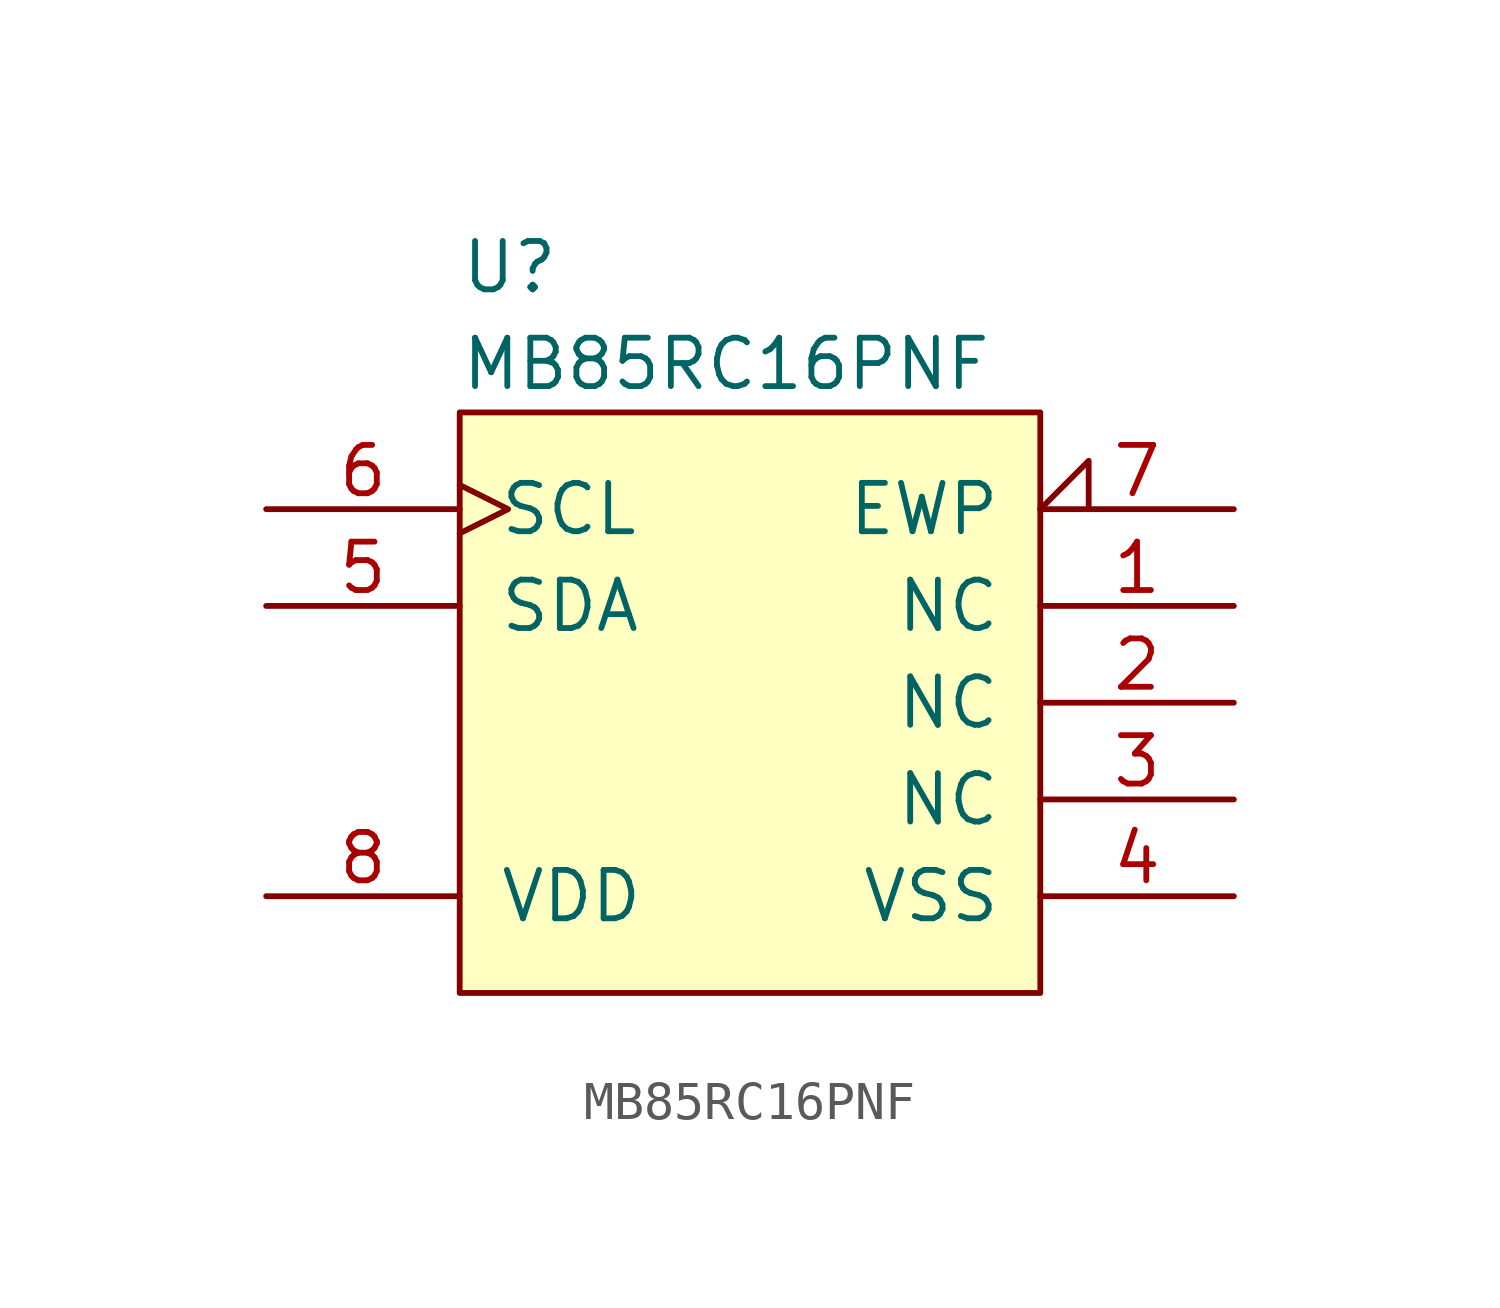
<source format=kicad_sym>
(kicad_symbol_lib
  (version 20211014)
  (generator kicad_symbol_editor)
  (symbol "MB85RC16PNF"
    (pin_names
      (offset 1.016))
    (property "Reference" "U"
      (at 0 3.81 0)
      (effects (font (size 1.27 1.27)) (justify left)))
    (property "Value" "MB85RC16PNF"
      (at 0 1.27 0)
      (effects (font (size 1.27 1.27)) (justify left)))
    (symbol "MB85RC16PNF_0_0"
      (pin unspecified line (at 20.32 -5.08 180) (length 5.08) (name "NC" (effects (font (size 1.27 1.27)))) (number "1" (effects (font (size 1.27 1.27)))))
      (pin unspecified line (at 20.32 -7.62 180) (length 5.08) (name "NC" (effects (font (size 1.27 1.27)))) (number "2" (effects (font (size 1.27 1.27)))))
      (pin unspecified line (at 20.32 -10.16 180) (length 5.08) (name "NC" (effects (font (size 1.27 1.27)))) (number "3" (effects (font (size 1.27 1.27)))))
      (pin power_in line (at 20.32 -12.7 180) (length 5.08) (name "VSS" (effects (font (size 1.27 1.27)))) (number "4" (effects (font (size 1.27 1.27)))))
      (pin bidirectional line (at -5.08 -5.08 0) (length 5.08) (name "SDA" (effects (font (size 1.27 1.27)))) (number "5" (effects (font (size 1.27 1.27)))))
      (pin input clock (at -5.08 -2.54 0) (length 5.08) (name "SCL" (effects (font (size 1.27 1.27)))) (number "6" (effects (font (size 1.27 1.27)))))
      (pin input input_low (at 20.32 -2.54 180) (length 5.08) (name "EWP" (effects (font (size 1.27 1.27)))) (number "7" (effects (font (size 1.27 1.27)))))
      (pin power_in line (at -5.08 -12.7 0) (length 5.08) (name "VDD" (effects (font (size 1.27 1.27)))) (number "8" (effects (font (size 1.27 1.27))))))
    (symbol "MB85RC16PNF_0_1"
      (rectangle (start 0 0) (end 15.24 -15.24) (stroke (width 0) (type default) (color 0 0 0 0)) (fill (type background))))))
</source>
